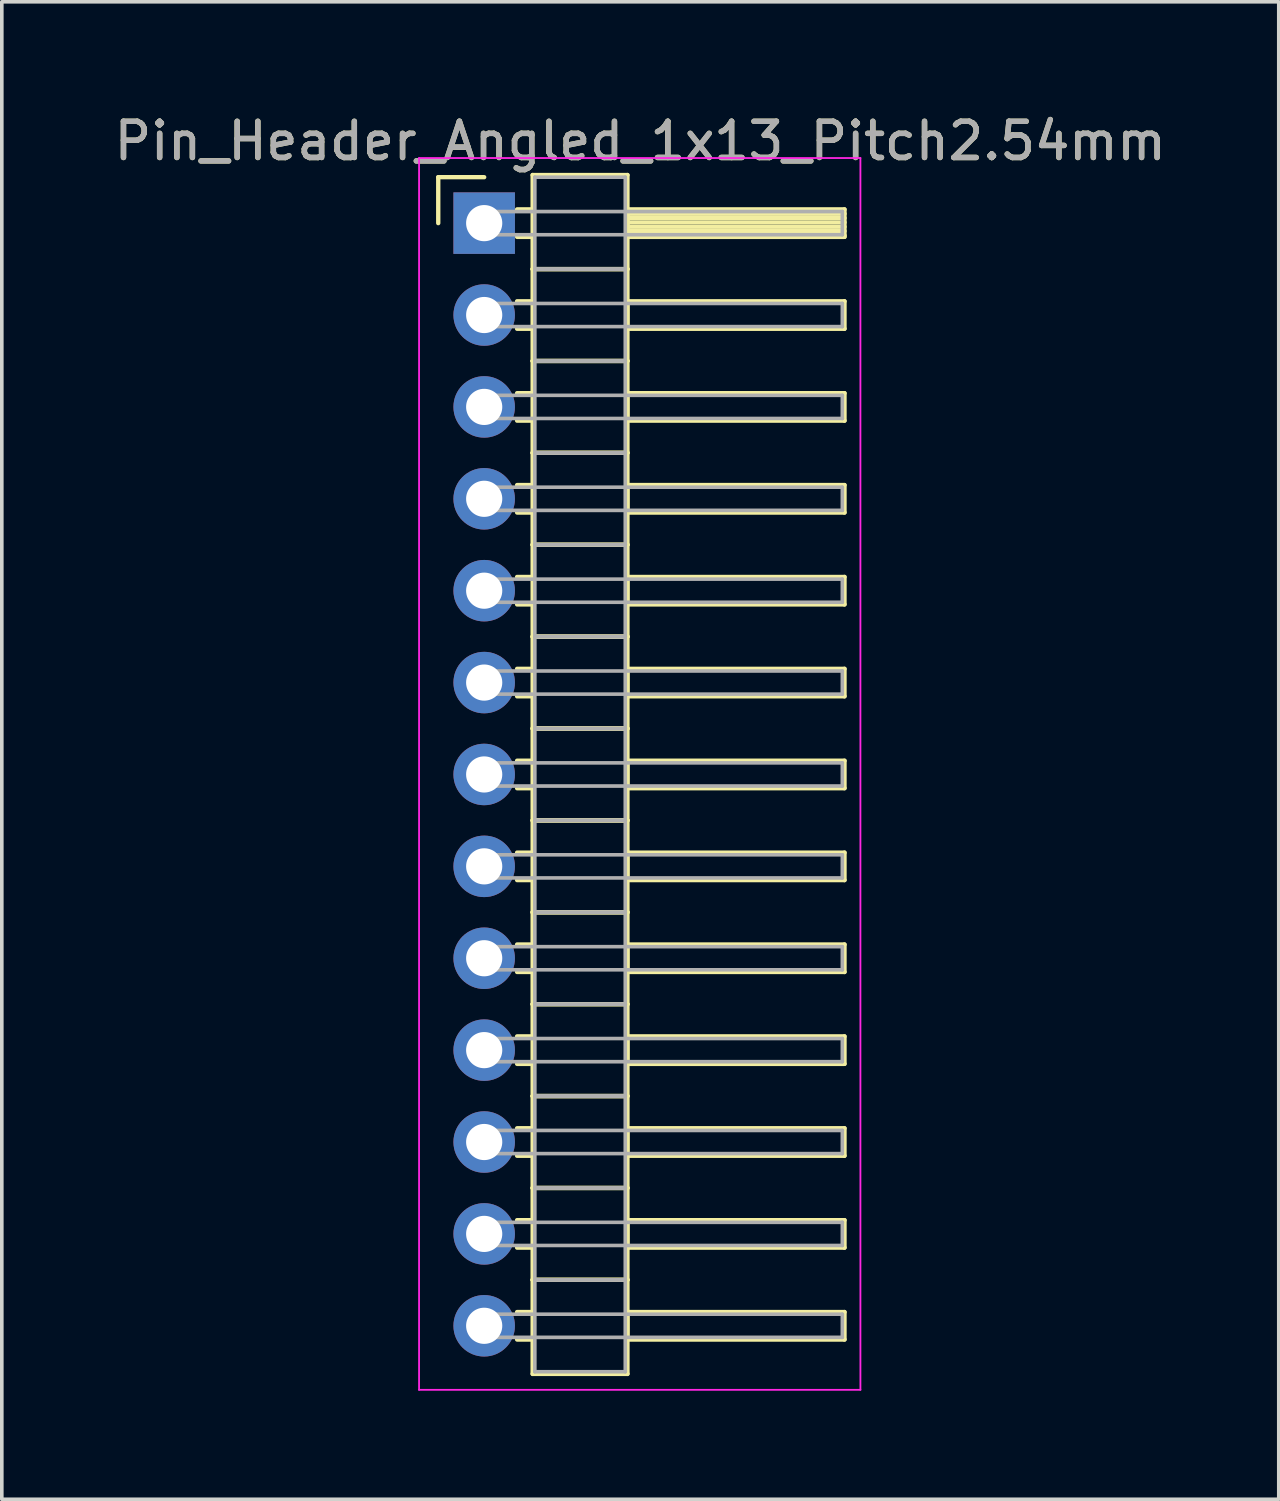
<source format=kicad_pcb>
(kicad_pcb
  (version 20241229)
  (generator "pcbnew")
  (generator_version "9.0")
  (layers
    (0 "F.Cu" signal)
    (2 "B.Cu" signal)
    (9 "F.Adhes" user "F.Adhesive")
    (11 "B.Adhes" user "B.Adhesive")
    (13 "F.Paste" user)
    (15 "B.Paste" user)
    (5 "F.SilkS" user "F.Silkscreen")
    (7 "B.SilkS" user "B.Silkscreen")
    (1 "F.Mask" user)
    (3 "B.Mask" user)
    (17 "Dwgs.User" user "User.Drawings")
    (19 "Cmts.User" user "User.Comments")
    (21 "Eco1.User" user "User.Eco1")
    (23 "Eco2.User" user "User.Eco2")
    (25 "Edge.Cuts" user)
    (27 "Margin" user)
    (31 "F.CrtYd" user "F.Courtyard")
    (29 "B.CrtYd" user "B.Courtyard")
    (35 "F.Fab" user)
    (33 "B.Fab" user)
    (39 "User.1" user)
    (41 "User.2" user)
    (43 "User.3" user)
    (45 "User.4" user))
  (footprint "Pin_Header_Angled_1x13_Pitch2.54mm"
    (layer "F.Cu")
    (at 10.334 3.118)
    (property "Reference" "Pin_Header_Angled_1x13_Pitch2.54mm" (at 4.315 -2.27 0) (layer "F.SilkS") (effects (font (size 1 1) (thickness 0.15))))
    (attr through_hole)
    (fp_line (start -1.27 -1.27) (end 0 -1.27) (stroke (width 0.12) (type solid)) (layer "F.SilkS"))
    (fp_line (start -1.27 0) (end -1.27 -1.27) (stroke (width 0.12) (type solid)) (layer "F.SilkS"))
    (fp_line (start 0.91 -0.38) (end 1.34 -0.38) (stroke (width 0.12) (type solid)) (layer "F.SilkS"))
    (fp_line (start 0.91 0.38) (end 1.34 0.38) (stroke (width 0.12) (type solid)) (layer "F.SilkS"))
    (fp_line (start 0.91 2.16) (end 1.34 2.16) (stroke (width 0.12) (type solid)) (layer "F.SilkS"))
    (fp_line (start 0.91 2.92) (end 1.34 2.92) (stroke (width 0.12) (type solid)) (layer "F.SilkS"))
    (fp_line (start 0.91 4.7) (end 1.34 4.7) (stroke (width 0.12) (type solid)) (layer "F.SilkS"))
    (fp_line (start 0.91 5.46) (end 1.34 5.46) (stroke (width 0.12) (type solid)) (layer "F.SilkS"))
    (fp_line (start 0.91 7.24) (end 1.34 7.24) (stroke (width 0.12) (type solid)) (layer "F.SilkS"))
    (fp_line (start 0.91 8) (end 1.34 8) (stroke (width 0.12) (type solid)) (layer "F.SilkS"))
    (fp_line (start 0.91 9.78) (end 1.34 9.78) (stroke (width 0.12) (type solid)) (layer "F.SilkS"))
    (fp_line (start 0.91 10.54) (end 1.34 10.54) (stroke (width 0.12) (type solid)) (layer "F.SilkS"))
    (fp_line (start 0.91 12.32) (end 1.34 12.32) (stroke (width 0.12) (type solid)) (layer "F.SilkS"))
    (fp_line (start 0.91 13.08) (end 1.34 13.08) (stroke (width 0.12) (type solid)) (layer "F.SilkS"))
    (fp_line (start 0.91 14.86) (end 1.34 14.86) (stroke (width 0.12) (type solid)) (layer "F.SilkS"))
    (fp_line (start 0.91 15.62) (end 1.34 15.62) (stroke (width 0.12) (type solid)) (layer "F.SilkS"))
    (fp_line (start 0.91 17.4) (end 1.34 17.4) (stroke (width 0.12) (type solid)) (layer "F.SilkS"))
    (fp_line (start 0.91 18.16) (end 1.34 18.16) (stroke (width 0.12) (type solid)) (layer "F.SilkS"))
    (fp_line (start 0.91 19.94) (end 1.34 19.94) (stroke (width 0.12) (type solid)) (layer "F.SilkS"))
    (fp_line (start 0.91 20.7) (end 1.34 20.7) (stroke (width 0.12) (type solid)) (layer "F.SilkS"))
    (fp_line (start 0.91 22.48) (end 1.34 22.48) (stroke (width 0.12) (type solid)) (layer "F.SilkS"))
    (fp_line (start 0.91 23.24) (end 1.34 23.24) (stroke (width 0.12) (type solid)) (layer "F.SilkS"))
    (fp_line (start 0.91 25.02) (end 1.34 25.02) (stroke (width 0.12) (type solid)) (layer "F.SilkS"))
    (fp_line (start 0.91 25.78) (end 1.34 25.78) (stroke (width 0.12) (type solid)) (layer "F.SilkS"))
    (fp_line (start 0.91 27.56) (end 1.34 27.56) (stroke (width 0.12) (type solid)) (layer "F.SilkS"))
    (fp_line (start 0.91 28.32) (end 1.34 28.32) (stroke (width 0.12) (type solid)) (layer "F.SilkS"))
    (fp_line (start 0.91 30.1) (end 1.34 30.1) (stroke (width 0.12) (type solid)) (layer "F.SilkS"))
    (fp_line (start 0.91 30.86) (end 1.34 30.86) (stroke (width 0.12) (type solid)) (layer "F.SilkS"))
    (fp_line (start 1.34 -1.33) (end 1.34 1.27) (stroke (width 0.12) (type solid)) (layer "F.SilkS"))
    (fp_line (start 1.34 1.27) (end 1.34 3.81) (stroke (width 0.12) (type solid)) (layer "F.SilkS"))
    (fp_line (start 1.34 1.27) (end 3.96 1.27) (stroke (width 0.12) (type solid)) (layer "F.SilkS"))
    (fp_line (start 1.34 3.81) (end 1.34 6.35) (stroke (width 0.12) (type solid)) (layer "F.SilkS"))
    (fp_line (start 1.34 3.81) (end 3.96 3.81) (stroke (width 0.12) (type solid)) (layer "F.SilkS"))
    (fp_line (start 1.34 6.35) (end 1.34 8.89) (stroke (width 0.12) (type solid)) (layer "F.SilkS"))
    (fp_line (start 1.34 6.35) (end 3.96 6.35) (stroke (width 0.12) (type solid)) (layer "F.SilkS"))
    (fp_line (start 1.34 8.89) (end 1.34 11.43) (stroke (width 0.12) (type solid)) (layer "F.SilkS"))
    (fp_line (start 1.34 8.89) (end 3.96 8.89) (stroke (width 0.12) (type solid)) (layer "F.SilkS"))
    (fp_line (start 1.34 11.43) (end 1.34 13.97) (stroke (width 0.12) (type solid)) (layer "F.SilkS"))
    (fp_line (start 1.34 11.43) (end 3.96 11.43) (stroke (width 0.12) (type solid)) (layer "F.SilkS"))
    (fp_line (start 1.34 13.97) (end 1.34 16.51) (stroke (width 0.12) (type solid)) (layer "F.SilkS"))
    (fp_line (start 1.34 13.97) (end 3.96 13.97) (stroke (width 0.12) (type solid)) (layer "F.SilkS"))
    (fp_line (start 1.34 16.51) (end 1.34 19.05) (stroke (width 0.12) (type solid)) (layer "F.SilkS"))
    (fp_line (start 1.34 16.51) (end 3.96 16.51) (stroke (width 0.12) (type solid)) (layer "F.SilkS"))
    (fp_line (start 1.34 19.05) (end 1.34 21.59) (stroke (width 0.12) (type solid)) (layer "F.SilkS"))
    (fp_line (start 1.34 19.05) (end 3.96 19.05) (stroke (width 0.12) (type solid)) (layer "F.SilkS"))
    (fp_line (start 1.34 21.59) (end 1.34 24.13) (stroke (width 0.12) (type solid)) (layer "F.SilkS"))
    (fp_line (start 1.34 21.59) (end 3.96 21.59) (stroke (width 0.12) (type solid)) (layer "F.SilkS"))
    (fp_line (start 1.34 24.13) (end 1.34 26.67) (stroke (width 0.12) (type solid)) (layer "F.SilkS"))
    (fp_line (start 1.34 24.13) (end 3.96 24.13) (stroke (width 0.12) (type solid)) (layer "F.SilkS"))
    (fp_line (start 1.34 26.67) (end 1.34 29.21) (stroke (width 0.12) (type solid)) (layer "F.SilkS"))
    (fp_line (start 1.34 26.67) (end 3.96 26.67) (stroke (width 0.12) (type solid)) (layer "F.SilkS"))
    (fp_line (start 1.34 29.21) (end 1.34 31.81) (stroke (width 0.12) (type solid)) (layer "F.SilkS"))
    (fp_line (start 1.34 29.21) (end 3.96 29.21) (stroke (width 0.12) (type solid)) (layer "F.SilkS"))
    (fp_line (start 1.34 31.81) (end 3.96 31.81) (stroke (width 0.12) (type solid)) (layer "F.SilkS"))
    (fp_line (start 3.96 -1.33) (end 1.34 -1.33) (stroke (width 0.12) (type solid)) (layer "F.SilkS"))
    (fp_line (start 3.96 -0.38) (end 3.96 0.38) (stroke (width 0.12) (type solid)) (layer "F.SilkS"))
    (fp_line (start 3.96 -0.26) (end 9.96 -0.26) (stroke (width 0.12) (type solid)) (layer "F.SilkS"))
    (fp_line (start 3.96 -0.14) (end 9.96 -0.14) (stroke (width 0.12) (type solid)) (layer "F.SilkS"))
    (fp_line (start 3.96 -0.02) (end 9.96 -0.02) (stroke (width 0.12) (type solid)) (layer "F.SilkS"))
    (fp_line (start 3.96 0.1) (end 9.96 0.1) (stroke (width 0.12) (type solid)) (layer "F.SilkS"))
    (fp_line (start 3.96 0.22) (end 9.96 0.22) (stroke (width 0.12) (type solid)) (layer "F.SilkS"))
    (fp_line (start 3.96 0.34) (end 9.96 0.34) (stroke (width 0.12) (type solid)) (layer "F.SilkS"))
    (fp_line (start 3.96 0.38) (end 9.96 0.38) (stroke (width 0.12) (type solid)) (layer "F.SilkS"))
    (fp_line (start 3.96 1.27) (end 1.34 1.27) (stroke (width 0.12) (type solid)) (layer "F.SilkS"))
    (fp_line (start 3.96 1.27) (end 3.96 -1.33) (stroke (width 0.12) (type solid)) (layer "F.SilkS"))
    (fp_line (start 3.96 2.16) (end 3.96 2.92) (stroke (width 0.12) (type solid)) (layer "F.SilkS"))
    (fp_line (start 3.96 2.92) (end 9.96 2.92) (stroke (width 0.12) (type solid)) (layer "F.SilkS"))
    (fp_line (start 3.96 3.81) (end 1.34 3.81) (stroke (width 0.12) (type solid)) (layer "F.SilkS"))
    (fp_line (start 3.96 3.81) (end 3.96 1.27) (stroke (width 0.12) (type solid)) (layer "F.SilkS"))
    (fp_line (start 3.96 4.7) (end 3.96 5.46) (stroke (width 0.12) (type solid)) (layer "F.SilkS"))
    (fp_line (start 3.96 5.46) (end 9.96 5.46) (stroke (width 0.12) (type solid)) (layer "F.SilkS"))
    (fp_line (start 3.96 6.35) (end 1.34 6.35) (stroke (width 0.12) (type solid)) (layer "F.SilkS"))
    (fp_line (start 3.96 6.35) (end 3.96 3.81) (stroke (width 0.12) (type solid)) (layer "F.SilkS"))
    (fp_line (start 3.96 7.24) (end 3.96 8) (stroke (width 0.12) (type solid)) (layer "F.SilkS"))
    (fp_line (start 3.96 8) (end 9.96 8) (stroke (width 0.12) (type solid)) (layer "F.SilkS"))
    (fp_line (start 3.96 8.89) (end 1.34 8.89) (stroke (width 0.12) (type solid)) (layer "F.SilkS"))
    (fp_line (start 3.96 8.89) (end 3.96 6.35) (stroke (width 0.12) (type solid)) (layer "F.SilkS"))
    (fp_line (start 3.96 9.78) (end 3.96 10.54) (stroke (width 0.12) (type solid)) (layer "F.SilkS"))
    (fp_line (start 3.96 10.54) (end 9.96 10.54) (stroke (width 0.12) (type solid)) (layer "F.SilkS"))
    (fp_line (start 3.96 11.43) (end 1.34 11.43) (stroke (width 0.12) (type solid)) (layer "F.SilkS"))
    (fp_line (start 3.96 11.43) (end 3.96 8.89) (stroke (width 0.12) (type solid)) (layer "F.SilkS"))
    (fp_line (start 3.96 12.32) (end 3.96 13.08) (stroke (width 0.12) (type solid)) (layer "F.SilkS"))
    (fp_line (start 3.96 13.08) (end 9.96 13.08) (stroke (width 0.12) (type solid)) (layer "F.SilkS"))
    (fp_line (start 3.96 13.97) (end 1.34 13.97) (stroke (width 0.12) (type solid)) (layer "F.SilkS"))
    (fp_line (start 3.96 13.97) (end 3.96 11.43) (stroke (width 0.12) (type solid)) (layer "F.SilkS"))
    (fp_line (start 3.96 14.86) (end 3.96 15.62) (stroke (width 0.12) (type solid)) (layer "F.SilkS"))
    (fp_line (start 3.96 15.62) (end 9.96 15.62) (stroke (width 0.12) (type solid)) (layer "F.SilkS"))
    (fp_line (start 3.96 16.51) (end 1.34 16.51) (stroke (width 0.12) (type solid)) (layer "F.SilkS"))
    (fp_line (start 3.96 16.51) (end 3.96 13.97) (stroke (width 0.12) (type solid)) (layer "F.SilkS"))
    (fp_line (start 3.96 17.4) (end 3.96 18.16) (stroke (width 0.12) (type solid)) (layer "F.SilkS"))
    (fp_line (start 3.96 18.16) (end 9.96 18.16) (stroke (width 0.12) (type solid)) (layer "F.SilkS"))
    (fp_line (start 3.96 19.05) (end 1.34 19.05) (stroke (width 0.12) (type solid)) (layer "F.SilkS"))
    (fp_line (start 3.96 19.05) (end 3.96 16.51) (stroke (width 0.12) (type solid)) (layer "F.SilkS"))
    (fp_line (start 3.96 19.94) (end 3.96 20.7) (stroke (width 0.12) (type solid)) (layer "F.SilkS"))
    (fp_line (start 3.96 20.7) (end 9.96 20.7) (stroke (width 0.12) (type solid)) (layer "F.SilkS"))
    (fp_line (start 3.96 21.59) (end 1.34 21.59) (stroke (width 0.12) (type solid)) (layer "F.SilkS"))
    (fp_line (start 3.96 21.59) (end 3.96 19.05) (stroke (width 0.12) (type solid)) (layer "F.SilkS"))
    (fp_line (start 3.96 22.48) (end 3.96 23.24) (stroke (width 0.12) (type solid)) (layer "F.SilkS"))
    (fp_line (start 3.96 23.24) (end 9.96 23.24) (stroke (width 0.12) (type solid)) (layer "F.SilkS"))
    (fp_line (start 3.96 24.13) (end 1.34 24.13) (stroke (width 0.12) (type solid)) (layer "F.SilkS"))
    (fp_line (start 3.96 24.13) (end 3.96 21.59) (stroke (width 0.12) (type solid)) (layer "F.SilkS"))
    (fp_line (start 3.96 25.02) (end 3.96 25.78) (stroke (width 0.12) (type solid)) (layer "F.SilkS"))
    (fp_line (start 3.96 25.78) (end 9.96 25.78) (stroke (width 0.12) (type solid)) (layer "F.SilkS"))
    (fp_line (start 3.96 26.67) (end 1.34 26.67) (stroke (width 0.12) (type solid)) (layer "F.SilkS"))
    (fp_line (start 3.96 26.67) (end 3.96 24.13) (stroke (width 0.12) (type solid)) (layer "F.SilkS"))
    (fp_line (start 3.96 27.56) (end 3.96 28.32) (stroke (width 0.12) (type solid)) (layer "F.SilkS"))
    (fp_line (start 3.96 28.32) (end 9.96 28.32) (stroke (width 0.12) (type solid)) (layer "F.SilkS"))
    (fp_line (start 3.96 29.21) (end 1.34 29.21) (stroke (width 0.12) (type solid)) (layer "F.SilkS"))
    (fp_line (start 3.96 29.21) (end 3.96 26.67) (stroke (width 0.12) (type solid)) (layer "F.SilkS"))
    (fp_line (start 3.96 30.1) (end 3.96 30.86) (stroke (width 0.12) (type solid)) (layer "F.SilkS"))
    (fp_line (start 3.96 30.86) (end 9.96 30.86) (stroke (width 0.12) (type solid)) (layer "F.SilkS"))
    (fp_line (start 3.96 31.81) (end 3.96 29.21) (stroke (width 0.12) (type solid)) (layer "F.SilkS"))
    (fp_line (start 9.96 -0.38) (end 3.96 -0.38) (stroke (width 0.12) (type solid)) (layer "F.SilkS"))
    (fp_line (start 9.96 0.38) (end 9.96 -0.38) (stroke (width 0.12) (type solid)) (layer "F.SilkS"))
    (fp_line (start 9.96 2.16) (end 3.96 2.16) (stroke (width 0.12) (type solid)) (layer "F.SilkS"))
    (fp_line (start 9.96 2.92) (end 9.96 2.16) (stroke (width 0.12) (type solid)) (layer "F.SilkS"))
    (fp_line (start 9.96 4.7) (end 3.96 4.7) (stroke (width 0.12) (type solid)) (layer "F.SilkS"))
    (fp_line (start 9.96 5.46) (end 9.96 4.7) (stroke (width 0.12) (type solid)) (layer "F.SilkS"))
    (fp_line (start 9.96 7.24) (end 3.96 7.24) (stroke (width 0.12) (type solid)) (layer "F.SilkS"))
    (fp_line (start 9.96 8) (end 9.96 7.24) (stroke (width 0.12) (type solid)) (layer "F.SilkS"))
    (fp_line (start 9.96 9.78) (end 3.96 9.78) (stroke (width 0.12) (type solid)) (layer "F.SilkS"))
    (fp_line (start 9.96 10.54) (end 9.96 9.78) (stroke (width 0.12) (type solid)) (layer "F.SilkS"))
    (fp_line (start 9.96 12.32) (end 3.96 12.32) (stroke (width 0.12) (type solid)) (layer "F.SilkS"))
    (fp_line (start 9.96 13.08) (end 9.96 12.32) (stroke (width 0.12) (type solid)) (layer "F.SilkS"))
    (fp_line (start 9.96 14.86) (end 3.96 14.86) (stroke (width 0.12) (type solid)) (layer "F.SilkS"))
    (fp_line (start 9.96 15.62) (end 9.96 14.86) (stroke (width 0.12) (type solid)) (layer "F.SilkS"))
    (fp_line (start 9.96 17.4) (end 3.96 17.4) (stroke (width 0.12) (type solid)) (layer "F.SilkS"))
    (fp_line (start 9.96 18.16) (end 9.96 17.4) (stroke (width 0.12) (type solid)) (layer "F.SilkS"))
    (fp_line (start 9.96 19.94) (end 3.96 19.94) (stroke (width 0.12) (type solid)) (layer "F.SilkS"))
    (fp_line (start 9.96 20.7) (end 9.96 19.94) (stroke (width 0.12) (type solid)) (layer "F.SilkS"))
    (fp_line (start 9.96 22.48) (end 3.96 22.48) (stroke (width 0.12) (type solid)) (layer "F.SilkS"))
    (fp_line (start 9.96 23.24) (end 9.96 22.48) (stroke (width 0.12) (type solid)) (layer "F.SilkS"))
    (fp_line (start 9.96 25.02) (end 3.96 25.02) (stroke (width 0.12) (type solid)) (layer "F.SilkS"))
    (fp_line (start 9.96 25.78) (end 9.96 25.02) (stroke (width 0.12) (type solid)) (layer "F.SilkS"))
    (fp_line (start 9.96 27.56) (end 3.96 27.56) (stroke (width 0.12) (type solid)) (layer "F.SilkS"))
    (fp_line (start 9.96 28.32) (end 9.96 27.56) (stroke (width 0.12) (type solid)) (layer "F.SilkS"))
    (fp_line (start 9.96 30.1) (end 3.96 30.1) (stroke (width 0.12) (type solid)) (layer "F.SilkS"))
    (fp_line (start 9.96 30.86) (end 9.96 30.1) (stroke (width 0.12) (type solid)) (layer "F.SilkS"))
    (fp_line (start -1.8 -1.8) (end -1.8 32.25) (stroke (width 0.05) (type solid)) (layer "F.CrtYd"))
    (fp_line (start -1.8 32.25) (end 10.4 32.25) (stroke (width 0.05) (type solid)) (layer "F.CrtYd"))
    (fp_line (start 10.4 -1.8) (end -1.8 -1.8) (stroke (width 0.05) (type solid)) (layer "F.CrtYd"))
    (fp_line (start 10.4 32.25) (end 10.4 -1.8) (stroke (width 0.05) (type solid)) (layer "F.CrtYd"))
    (fp_line (start 0 -0.32) (end 0 0.32) (stroke (width 0.1) (type solid)) (layer "F.Fab"))
    (fp_line (start 0 0.32) (end 9.9 0.32) (stroke (width 0.1) (type solid)) (layer "F.Fab"))
    (fp_line (start 0 2.22) (end 0 2.86) (stroke (width 0.1) (type solid)) (layer "F.Fab"))
    (fp_line (start 0 2.86) (end 9.9 2.86) (stroke (width 0.1) (type solid)) (layer "F.Fab"))
    (fp_line (start 0 4.76) (end 0 5.4) (stroke (width 0.1) (type solid)) (layer "F.Fab"))
    (fp_line (start 0 5.4) (end 9.9 5.4) (stroke (width 0.1) (type solid)) (layer "F.Fab"))
    (fp_line (start 0 7.3) (end 0 7.94) (stroke (width 0.1) (type solid)) (layer "F.Fab"))
    (fp_line (start 0 7.94) (end 9.9 7.94) (stroke (width 0.1) (type solid)) (layer "F.Fab"))
    (fp_line (start 0 9.84) (end 0 10.48) (stroke (width 0.1) (type solid)) (layer "F.Fab"))
    (fp_line (start 0 10.48) (end 9.9 10.48) (stroke (width 0.1) (type solid)) (layer "F.Fab"))
    (fp_line (start 0 12.38) (end 0 13.02) (stroke (width 0.1) (type solid)) (layer "F.Fab"))
    (fp_line (start 0 13.02) (end 9.9 13.02) (stroke (width 0.1) (type solid)) (layer "F.Fab"))
    (fp_line (start 0 14.92) (end 0 15.56) (stroke (width 0.1) (type solid)) (layer "F.Fab"))
    (fp_line (start 0 15.56) (end 9.9 15.56) (stroke (width 0.1) (type solid)) (layer "F.Fab"))
    (fp_line (start 0 17.46) (end 0 18.1) (stroke (width 0.1) (type solid)) (layer "F.Fab"))
    (fp_line (start 0 18.1) (end 9.9 18.1) (stroke (width 0.1) (type solid)) (layer "F.Fab"))
    (fp_line (start 0 20) (end 0 20.64) (stroke (width 0.1) (type solid)) (layer "F.Fab"))
    (fp_line (start 0 20.64) (end 9.9 20.64) (stroke (width 0.1) (type solid)) (layer "F.Fab"))
    (fp_line (start 0 22.54) (end 0 23.18) (stroke (width 0.1) (type solid)) (layer "F.Fab"))
    (fp_line (start 0 23.18) (end 9.9 23.18) (stroke (width 0.1) (type solid)) (layer "F.Fab"))
    (fp_line (start 0 25.08) (end 0 25.72) (stroke (width 0.1) (type solid)) (layer "F.Fab"))
    (fp_line (start 0 25.72) (end 9.9 25.72) (stroke (width 0.1) (type solid)) (layer "F.Fab"))
    (fp_line (start 0 27.62) (end 0 28.26) (stroke (width 0.1) (type solid)) (layer "F.Fab"))
    (fp_line (start 0 28.26) (end 9.9 28.26) (stroke (width 0.1) (type solid)) (layer "F.Fab"))
    (fp_line (start 0 30.16) (end 0 30.8) (stroke (width 0.1) (type solid)) (layer "F.Fab"))
    (fp_line (start 0 30.8) (end 9.9 30.8) (stroke (width 0.1) (type solid)) (layer "F.Fab"))
    (fp_line (start 1.4 -1.27) (end 1.4 1.27) (stroke (width 0.1) (type solid)) (layer "F.Fab"))
    (fp_line (start 1.4 1.27) (end 1.4 3.81) (stroke (width 0.1) (type solid)) (layer "F.Fab"))
    (fp_line (start 1.4 1.27) (end 3.9 1.27) (stroke (width 0.1) (type solid)) (layer "F.Fab"))
    (fp_line (start 1.4 3.81) (end 1.4 6.35) (stroke (width 0.1) (type solid)) (layer "F.Fab"))
    (fp_line (start 1.4 3.81) (end 3.9 3.81) (stroke (width 0.1) (type solid)) (layer "F.Fab"))
    (fp_line (start 1.4 6.35) (end 1.4 8.89) (stroke (width 0.1) (type solid)) (layer "F.Fab"))
    (fp_line (start 1.4 6.35) (end 3.9 6.35) (stroke (width 0.1) (type solid)) (layer "F.Fab"))
    (fp_line (start 1.4 8.89) (end 1.4 11.43) (stroke (width 0.1) (type solid)) (layer "F.Fab"))
    (fp_line (start 1.4 8.89) (end 3.9 8.89) (stroke (width 0.1) (type solid)) (layer "F.Fab"))
    (fp_line (start 1.4 11.43) (end 1.4 13.97) (stroke (width 0.1) (type solid)) (layer "F.Fab"))
    (fp_line (start 1.4 11.43) (end 3.9 11.43) (stroke (width 0.1) (type solid)) (layer "F.Fab"))
    (fp_line (start 1.4 13.97) (end 1.4 16.51) (stroke (width 0.1) (type solid)) (layer "F.Fab"))
    (fp_line (start 1.4 13.97) (end 3.9 13.97) (stroke (width 0.1) (type solid)) (layer "F.Fab"))
    (fp_line (start 1.4 16.51) (end 1.4 19.05) (stroke (width 0.1) (type solid)) (layer "F.Fab"))
    (fp_line (start 1.4 16.51) (end 3.9 16.51) (stroke (width 0.1) (type solid)) (layer "F.Fab"))
    (fp_line (start 1.4 19.05) (end 1.4 21.59) (stroke (width 0.1) (type solid)) (layer "F.Fab"))
    (fp_line (start 1.4 19.05) (end 3.9 19.05) (stroke (width 0.1) (type solid)) (layer "F.Fab"))
    (fp_line (start 1.4 21.59) (end 1.4 24.13) (stroke (width 0.1) (type solid)) (layer "F.Fab"))
    (fp_line (start 1.4 21.59) (end 3.9 21.59) (stroke (width 0.1) (type solid)) (layer "F.Fab"))
    (fp_line (start 1.4 24.13) (end 1.4 26.67) (stroke (width 0.1) (type solid)) (layer "F.Fab"))
    (fp_line (start 1.4 24.13) (end 3.9 24.13) (stroke (width 0.1) (type solid)) (layer "F.Fab"))
    (fp_line (start 1.4 26.67) (end 1.4 29.21) (stroke (width 0.1) (type solid)) (layer "F.Fab"))
    (fp_line (start 1.4 26.67) (end 3.9 26.67) (stroke (width 0.1) (type solid)) (layer "F.Fab"))
    (fp_line (start 1.4 29.21) (end 1.4 31.75) (stroke (width 0.1) (type solid)) (layer "F.Fab"))
    (fp_line (start 1.4 29.21) (end 3.9 29.21) (stroke (width 0.1) (type solid)) (layer "F.Fab"))
    (fp_line (start 1.4 31.75) (end 3.9 31.75) (stroke (width 0.1) (type solid)) (layer "F.Fab"))
    (fp_line (start 3.9 -1.27) (end 1.4 -1.27) (stroke (width 0.1) (type solid)) (layer "F.Fab"))
    (fp_line (start 3.9 1.27) (end 1.4 1.27) (stroke (width 0.1) (type solid)) (layer "F.Fab"))
    (fp_line (start 3.9 1.27) (end 3.9 -1.27) (stroke (width 0.1) (type solid)) (layer "F.Fab"))
    (fp_line (start 3.9 3.81) (end 1.4 3.81) (stroke (width 0.1) (type solid)) (layer "F.Fab"))
    (fp_line (start 3.9 3.81) (end 3.9 1.27) (stroke (width 0.1) (type solid)) (layer "F.Fab"))
    (fp_line (start 3.9 6.35) (end 1.4 6.35) (stroke (width 0.1) (type solid)) (layer "F.Fab"))
    (fp_line (start 3.9 6.35) (end 3.9 3.81) (stroke (width 0.1) (type solid)) (layer "F.Fab"))
    (fp_line (start 3.9 8.89) (end 1.4 8.89) (stroke (width 0.1) (type solid)) (layer "F.Fab"))
    (fp_line (start 3.9 8.89) (end 3.9 6.35) (stroke (width 0.1) (type solid)) (layer "F.Fab"))
    (fp_line (start 3.9 11.43) (end 1.4 11.43) (stroke (width 0.1) (type solid)) (layer "F.Fab"))
    (fp_line (start 3.9 11.43) (end 3.9 8.89) (stroke (width 0.1) (type solid)) (layer "F.Fab"))
    (fp_line (start 3.9 13.97) (end 1.4 13.97) (stroke (width 0.1) (type solid)) (layer "F.Fab"))
    (fp_line (start 3.9 13.97) (end 3.9 11.43) (stroke (width 0.1) (type solid)) (layer "F.Fab"))
    (fp_line (start 3.9 16.51) (end 1.4 16.51) (stroke (width 0.1) (type solid)) (layer "F.Fab"))
    (fp_line (start 3.9 16.51) (end 3.9 13.97) (stroke (width 0.1) (type solid)) (layer "F.Fab"))
    (fp_line (start 3.9 19.05) (end 1.4 19.05) (stroke (width 0.1) (type solid)) (layer "F.Fab"))
    (fp_line (start 3.9 19.05) (end 3.9 16.51) (stroke (width 0.1) (type solid)) (layer "F.Fab"))
    (fp_line (start 3.9 21.59) (end 1.4 21.59) (stroke (width 0.1) (type solid)) (layer "F.Fab"))
    (fp_line (start 3.9 21.59) (end 3.9 19.05) (stroke (width 0.1) (type solid)) (layer "F.Fab"))
    (fp_line (start 3.9 24.13) (end 1.4 24.13) (stroke (width 0.1) (type solid)) (layer "F.Fab"))
    (fp_line (start 3.9 24.13) (end 3.9 21.59) (stroke (width 0.1) (type solid)) (layer "F.Fab"))
    (fp_line (start 3.9 26.67) (end 1.4 26.67) (stroke (width 0.1) (type solid)) (layer "F.Fab"))
    (fp_line (start 3.9 26.67) (end 3.9 24.13) (stroke (width 0.1) (type solid)) (layer "F.Fab"))
    (fp_line (start 3.9 29.21) (end 1.4 29.21) (stroke (width 0.1) (type solid)) (layer "F.Fab"))
    (fp_line (start 3.9 29.21) (end 3.9 26.67) (stroke (width 0.1) (type solid)) (layer "F.Fab"))
    (fp_line (start 3.9 31.75) (end 3.9 29.21) (stroke (width 0.1) (type solid)) (layer "F.Fab"))
    (fp_line (start 9.9 -0.32) (end 0 -0.32) (stroke (width 0.1) (type solid)) (layer "F.Fab"))
    (fp_line (start 9.9 0.32) (end 9.9 -0.32) (stroke (width 0.1) (type solid)) (layer "F.Fab"))
    (fp_line (start 9.9 2.22) (end 0 2.22) (stroke (width 0.1) (type solid)) (layer "F.Fab"))
    (fp_line (start 9.9 2.86) (end 9.9 2.22) (stroke (width 0.1) (type solid)) (layer "F.Fab"))
    (fp_line (start 9.9 4.76) (end 0 4.76) (stroke (width 0.1) (type solid)) (layer "F.Fab"))
    (fp_line (start 9.9 5.4) (end 9.9 4.76) (stroke (width 0.1) (type solid)) (layer "F.Fab"))
    (fp_line (start 9.9 7.3) (end 0 7.3) (stroke (width 0.1) (type solid)) (layer "F.Fab"))
    (fp_line (start 9.9 7.94) (end 9.9 7.3) (stroke (width 0.1) (type solid)) (layer "F.Fab"))
    (fp_line (start 9.9 9.84) (end 0 9.84) (stroke (width 0.1) (type solid)) (layer "F.Fab"))
    (fp_line (start 9.9 10.48) (end 9.9 9.84) (stroke (width 0.1) (type solid)) (layer "F.Fab"))
    (fp_line (start 9.9 12.38) (end 0 12.38) (stroke (width 0.1) (type solid)) (layer "F.Fab"))
    (fp_line (start 9.9 13.02) (end 9.9 12.38) (stroke (width 0.1) (type solid)) (layer "F.Fab"))
    (fp_line (start 9.9 14.92) (end 0 14.92) (stroke (width 0.1) (type solid)) (layer "F.Fab"))
    (fp_line (start 9.9 15.56) (end 9.9 14.92) (stroke (width 0.1) (type solid)) (layer "F.Fab"))
    (fp_line (start 9.9 17.46) (end 0 17.46) (stroke (width 0.1) (type solid)) (layer "F.Fab"))
    (fp_line (start 9.9 18.1) (end 9.9 17.46) (stroke (width 0.1) (type solid)) (layer "F.Fab"))
    (fp_line (start 9.9 20) (end 0 20) (stroke (width 0.1) (type solid)) (layer "F.Fab"))
    (fp_line (start 9.9 20.64) (end 9.9 20) (stroke (width 0.1) (type solid)) (layer "F.Fab"))
    (fp_line (start 9.9 22.54) (end 0 22.54) (stroke (width 0.1) (type solid)) (layer "F.Fab"))
    (fp_line (start 9.9 23.18) (end 9.9 22.54) (stroke (width 0.1) (type solid)) (layer "F.Fab"))
    (fp_line (start 9.9 25.08) (end 0 25.08) (stroke (width 0.1) (type solid)) (layer "F.Fab"))
    (fp_line (start 9.9 25.72) (end 9.9 25.08) (stroke (width 0.1) (type solid)) (layer "F.Fab"))
    (fp_line (start 9.9 27.62) (end 0 27.62) (stroke (width 0.1) (type solid)) (layer "F.Fab"))
    (fp_line (start 9.9 28.26) (end 9.9 27.62) (stroke (width 0.1) (type solid)) (layer "F.Fab"))
    (fp_line (start 9.9 30.16) (end 0 30.16) (stroke (width 0.1) (type solid)) (layer "F.Fab"))
    (fp_line (start 9.9 30.8) (end 9.9 30.16) (stroke (width 0.1) (type solid)) (layer "F.Fab"))
    (fp_text user "${REFERENCE}" (at 4.315 -2.27 0) (layer "F.Fab") (effects (font (size 1 1) (thickness 0.15))))
    (pad "1" thru_hole rect (at 0 0) (size 1.7 1.7) (drill 1) (layers "*.Cu" "*.Mask"))
    (pad "2" thru_hole oval (at 0 2.54) (size 1.7 1.7) (drill 1) (layers "*.Cu" "*.Mask"))
    (pad "3" thru_hole oval (at 0 5.08) (size 1.7 1.7) (drill 1) (layers "*.Cu" "*.Mask"))
    (pad "4" thru_hole oval (at 0 7.62) (size 1.7 1.7) (drill 1) (layers "*.Cu" "*.Mask"))
    (pad "5" thru_hole oval (at 0 10.16) (size 1.7 1.7) (drill 1) (layers "*.Cu" "*.Mask"))
    (pad "6" thru_hole oval (at 0 12.7) (size 1.7 1.7) (drill 1) (layers "*.Cu" "*.Mask"))
    (pad "7" thru_hole oval (at 0 15.24) (size 1.7 1.7) (drill 1) (layers "*.Cu" "*.Mask"))
    (pad "8" thru_hole oval (at 0 17.78) (size 1.7 1.7) (drill 1) (layers "*.Cu" "*.Mask"))
    (pad "9" thru_hole oval (at 0 20.32) (size 1.7 1.7) (drill 1) (layers "*.Cu" "*.Mask"))
    (pad "10" thru_hole oval (at 0 22.86) (size 1.7 1.7) (drill 1) (layers "*.Cu" "*.Mask"))
    (pad "11" thru_hole oval (at 0 25.4) (size 1.7 1.7) (drill 1) (layers "*.Cu" "*.Mask"))
    (pad "12" thru_hole oval (at 0 27.94) (size 1.7 1.7) (drill 1) (layers "*.Cu" "*.Mask"))
    (pad "13" thru_hole oval (at 0 30.48) (size 1.7 1.7) (drill 1) (layers "*.Cu" "*.Mask")))
  (gr_rect
    (start -3 -3)
    (end 32.298 38.393)
    (stroke (width 0.1) (type default))
    (fill no)
    (layer "Edge.Cuts")))
</source>
